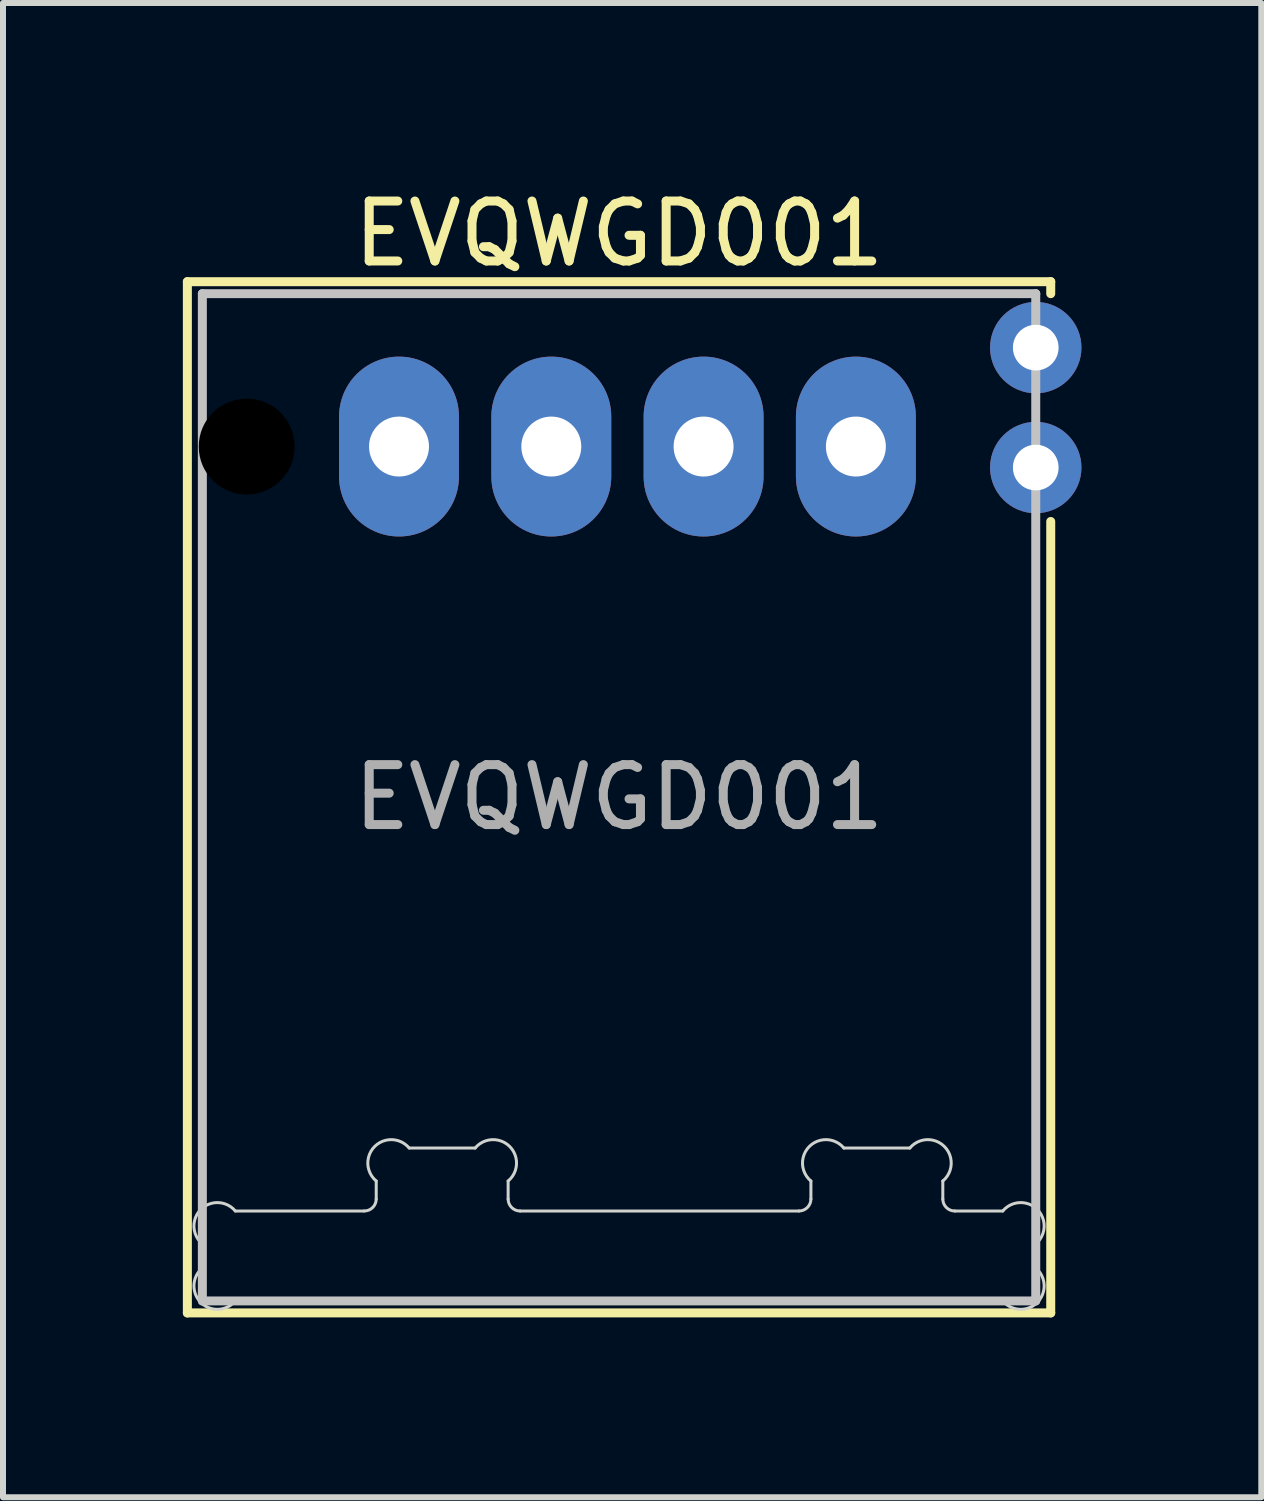
<source format=kicad_pcb>
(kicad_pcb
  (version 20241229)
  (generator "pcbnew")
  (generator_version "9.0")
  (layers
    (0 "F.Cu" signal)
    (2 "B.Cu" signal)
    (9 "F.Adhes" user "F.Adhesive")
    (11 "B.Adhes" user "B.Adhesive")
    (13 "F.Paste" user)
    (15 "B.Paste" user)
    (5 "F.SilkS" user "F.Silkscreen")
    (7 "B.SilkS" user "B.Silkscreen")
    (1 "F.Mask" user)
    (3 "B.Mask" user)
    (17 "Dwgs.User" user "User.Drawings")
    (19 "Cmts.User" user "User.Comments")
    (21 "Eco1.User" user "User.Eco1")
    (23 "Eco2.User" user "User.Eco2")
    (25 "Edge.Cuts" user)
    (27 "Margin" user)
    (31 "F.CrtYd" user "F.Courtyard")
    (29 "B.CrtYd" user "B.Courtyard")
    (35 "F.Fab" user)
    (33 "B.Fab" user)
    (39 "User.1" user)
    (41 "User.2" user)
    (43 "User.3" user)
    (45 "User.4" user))
  (footprint "EVQWGD001"
    (layer "F.Cu")
    (at 7.275 10.248)
    (property "Reference" "EVQWGD001" (at 0 -9.4 180) (layer "F.SilkS") (effects (font (size 1 1) (thickness 0.15))))
    (attr through_hole)
    (fp_line (start -7.2 -8.6) (end -7.2 8.6) (stroke (width 0.15) (type solid)) (layer "F.SilkS"))
    (fp_line (start -7.2 -8.6) (end 7.2 -8.6) (stroke (width 0.15) (type solid)) (layer "F.SilkS"))
    (fp_line (start -7.2 8.6) (end 7.2 8.6) (stroke (width 0.15) (type solid)) (layer "F.SilkS"))
    (fp_line (start 7.2 -8.6) (end 7.2 -8.4) (stroke (width 0.15) (type solid)) (layer "F.SilkS"))
    (fp_line (start 7.2 -4.6) (end 7.2 8.6) (stroke (width 0.15) (type solid)) (layer "F.SilkS"))
    (fp_line (start -6.95 -8.4) (end -6.95 8.4) (stroke (width 0.15) (type solid)) (layer "Dwgs.User"))
    (fp_line (start -6.95 -8.4) (end 6.95 -8.4) (stroke (width 0.15) (type solid)) (layer "Dwgs.User"))
    (fp_line (start -6.95 8.4) (end 6.95 8.4) (stroke (width 0.15) (type solid)) (layer "Dwgs.User"))
    (fp_line (start 6.95 -8.4) (end 6.95 8.4) (stroke (width 0.15) (type solid)) (layer "Dwgs.User"))
    (fp_line (start -6.95 7.45) (end -6.95 7.85) (stroke (width 0.05) (type solid)) (layer "Edge.Cuts"))
    (fp_line (start -6.4 6.9) (end -4.25 6.9) (stroke (width 0.05) (type solid)) (layer "Edge.Cuts"))
    (fp_line (start -6.4 8.4) (end 6.4 8.4) (stroke (width 0.05) (type solid)) (layer "Edge.Cuts"))
    (fp_line (start -4.05 6.7) (end -4.05 6.4) (stroke (width 0.05) (type solid)) (layer "Edge.Cuts"))
    (fp_line (start -2.4 5.85) (end -3.5 5.85) (stroke (width 0.05) (type solid)) (layer "Edge.Cuts"))
    (fp_line (start -1.85 6.7) (end -1.85 6.4) (stroke (width 0.05) (type solid)) (layer "Edge.Cuts"))
    (fp_line (start -1.65 6.9) (end 3 6.9) (stroke (width 0.05) (type solid)) (layer "Edge.Cuts"))
    (fp_line (start 3.2 6.7) (end 3.2 6.4) (stroke (width 0.05) (type solid)) (layer "Edge.Cuts"))
    (fp_line (start 4.85 5.85) (end 3.75 5.85) (stroke (width 0.05) (type solid)) (layer "Edge.Cuts"))
    (fp_line (start 5.4 6.7) (end 5.4 6.4) (stroke (width 0.05) (type solid)) (layer "Edge.Cuts"))
    (fp_line (start 5.6 6.9) (end 6.4 6.9) (stroke (width 0.05) (type solid)) (layer "Edge.Cuts"))
    (fp_line (start 6.95 7.45) (end 6.95 7.85) (stroke (width 0.05) (type solid)) (layer "Edge.Cuts"))
    (fp_arc (start -6.94997 7.450024) (mid -6.976147 6.87388) (end -6.4 6.900001) (stroke (width 0.05) (type solid)) (layer "Edge.Cuts"))
    (fp_arc (start -6.4 8.4) (mid -6.976134 8.426134) (end -6.95 7.85) (stroke (width 0.05) (type solid)) (layer "Edge.Cuts"))
    (fp_arc (start -4.05 6.4) (mid -4.076134 5.823866) (end -3.5 5.85) (stroke (width 0.05) (type solid)) (layer "Edge.Cuts"))
    (fp_arc (start -4.05 6.7) (mid -4.108579 6.841421) (end -4.25 6.9) (stroke (width 0.05) (type solid)) (layer "Edge.Cuts"))
    (fp_arc (start -2.4 5.85) (mid -1.823866 5.823866) (end -1.85 6.4) (stroke (width 0.05) (type solid)) (layer "Edge.Cuts"))
    (fp_arc (start -1.65 6.9) (mid -1.791421 6.841421) (end -1.85 6.7) (stroke (width 0.05) (type solid)) (layer "Edge.Cuts"))
    (fp_arc (start 3.2 6.4) (mid 3.173866 5.823866) (end 3.75 5.85) (stroke (width 0.05) (type solid)) (layer "Edge.Cuts"))
    (fp_arc (start 3.2 6.7) (mid 3.141421 6.841421) (end 3 6.9) (stroke (width 0.05) (type solid)) (layer "Edge.Cuts"))
    (fp_arc (start 4.85 5.85) (mid 5.426134 5.823866) (end 5.4 6.4) (stroke (width 0.05) (type solid)) (layer "Edge.Cuts"))
    (fp_arc (start 5.6 6.9) (mid 5.458579 6.841421) (end 5.4 6.7) (stroke (width 0.05) (type solid)) (layer "Edge.Cuts"))
    (fp_arc (start 6.4 6.9) (mid 6.976134 6.873866) (end 6.95 7.45) (stroke (width 0.05) (type solid)) (layer "Edge.Cuts"))
    (fp_arc (start 6.95 7.85) (mid 6.976134 8.426134) (end 6.4 8.4) (stroke (width 0.05) (type solid)) (layer "Edge.Cuts"))
    (fp_text user "${REFERENCE}" (at 0 0 0) (layer "F.Fab") (effects (font (size 1 1) (thickness 0.15))))
    (pad "" np_thru_hole circle (at -6.21 -5.85) (size 1.6 1.6) (drill 1.6) (layers "*.Mask"))
    (pad "A" thru_hole oval (at 3.95 -5.85) (size 2 3) (drill 1) (layers "*.Cu" "*.Mask"))
    (pad "B" thru_hole oval (at 1.41 -5.85) (size 2 3) (drill 1) (layers "*.Cu" "*.Mask"))
    (pad "C" thru_hole oval (at -1.13 -5.85) (size 2 3) (drill 1) (layers "*.Cu" "*.Mask"))
    (pad "NC" thru_hole oval (at -3.67 -5.85) (size 2 3) (drill 1) (layers "*.Cu" "*.Mask"))
    (pad "S1" thru_hole circle (at 6.95 -7.5) (size 1.524 1.524) (drill 0.762) (layers "*.Cu" "*.Mask"))
    (pad "S2" thru_hole oval (at 6.95 -5.5) (size 1.524 1.524) (drill 0.762) (layers "*.Cu" "*.Mask")))
  (gr_rect
    (start -3 -3)
    (end 17.987 21.923)
    (stroke (width 0.1) (type default))
    (fill no)
    (layer "Edge.Cuts")))
</source>
